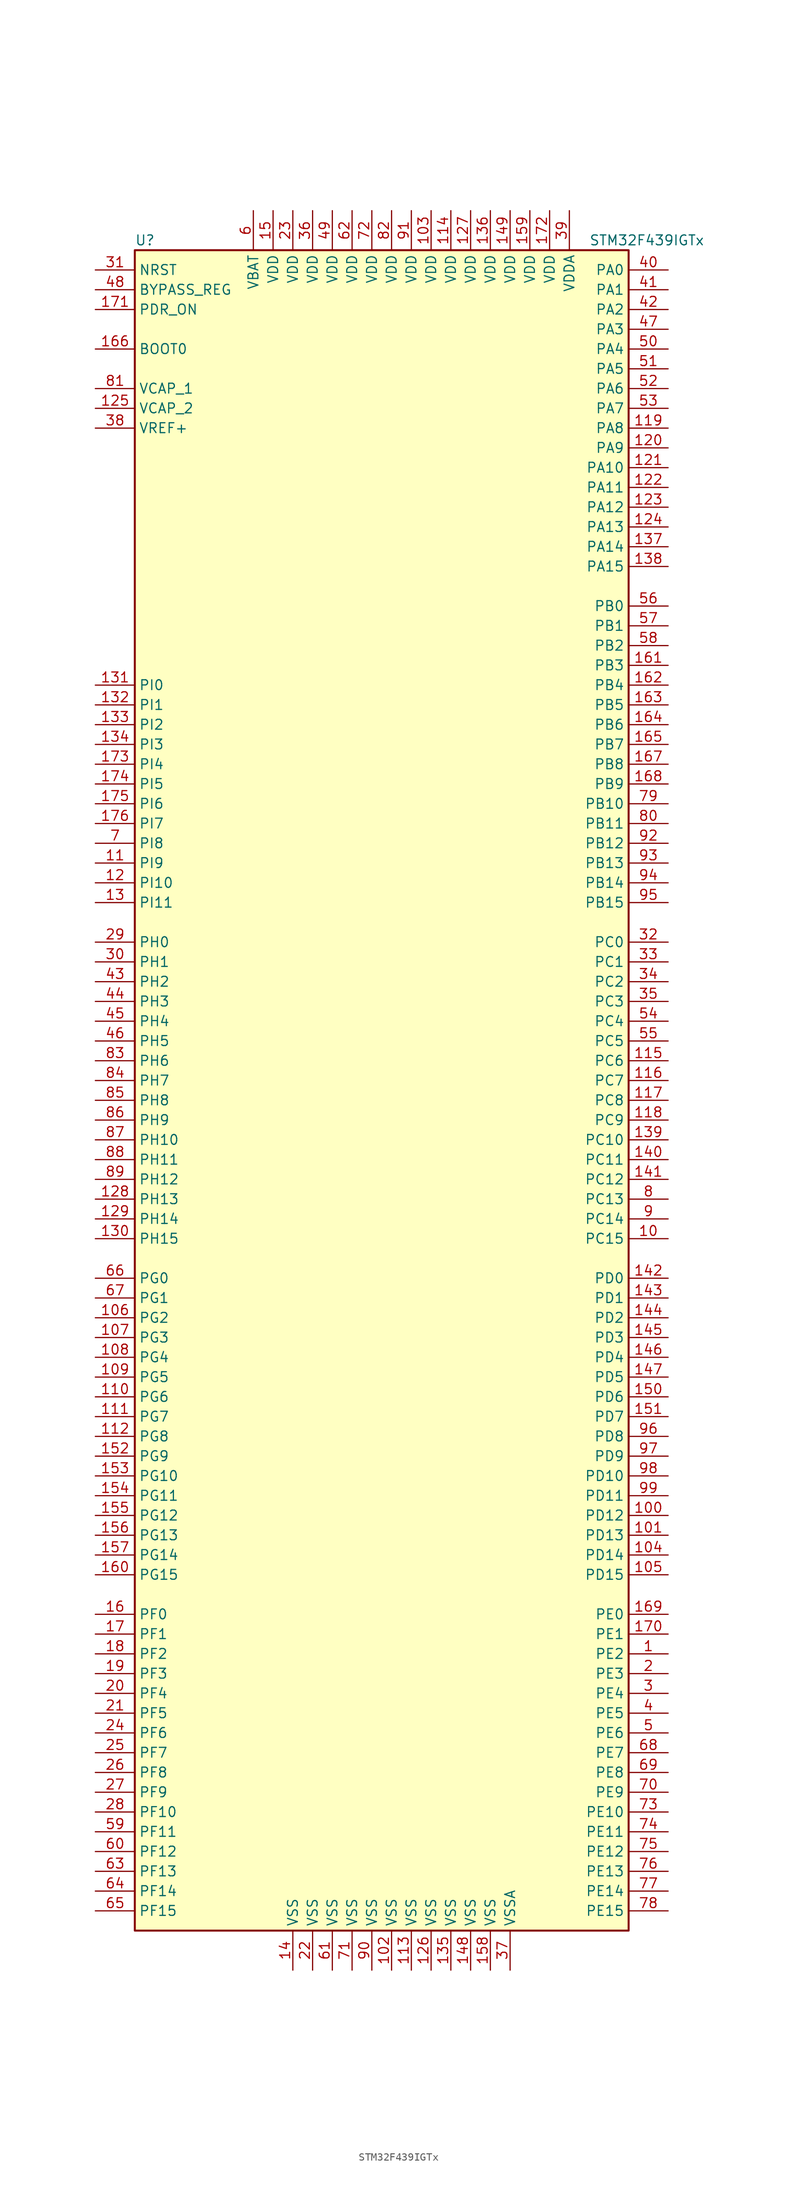
<source format=kicad_sym>
(kicad_symbol_lib
  (version 20220914)
  (generator kicad_symbol_editor)
  (symbol "STM32F439IGTx"
    (property "Reference" "U"
      (at -33.02 107.95 0)
      (effects (font (size 1.27 1.27)) (justify left)))
    (property "Value" "STM32F439IGTx"
      (at 25.4 107.95 0)
      (effects (font (size 1.27 1.27)) (justify left)))
    (symbol "STM32F439IGTx_0_1"
      (rectangle (start -33.02 -109.22) (end 30.48 106.68) (stroke (width 0.254) (type default)) (fill (type background))))
    (symbol "STM32F439IGTx_1_1"
      (pin bidirectional line (at 35.56 -73.66 180) (length 5.08) (name "PE2" (effects (font (size 1.27 1.27)))) (number "1" (effects (font (size 1.27 1.27)))))
      (pin bidirectional line (at 35.56 -20.32 180) (length 5.08) (name "PC15" (effects (font (size 1.27 1.27)))) (number "10" (effects (font (size 1.27 1.27)))))
      (pin bidirectional line (at 35.56 -55.88 180) (length 5.08) (name "PD12" (effects (font (size 1.27 1.27)))) (number "100" (effects (font (size 1.27 1.27)))))
      (pin bidirectional line (at 35.56 -58.42 180) (length 5.08) (name "PD13" (effects (font (size 1.27 1.27)))) (number "101" (effects (font (size 1.27 1.27)))))
      (pin power_in line (at 0 -114.3 90) (length 5.08) (name "VSS" (effects (font (size 1.27 1.27)))) (number "102" (effects (font (size 1.27 1.27)))))
      (pin power_in line (at 5.08 111.76 270) (length 5.08) (name "VDD" (effects (font (size 1.27 1.27)))) (number "103" (effects (font (size 1.27 1.27)))))
      (pin bidirectional line (at 35.56 -60.96 180) (length 5.08) (name "PD14" (effects (font (size 1.27 1.27)))) (number "104" (effects (font (size 1.27 1.27)))))
      (pin bidirectional line (at 35.56 -63.5 180) (length 5.08) (name "PD15" (effects (font (size 1.27 1.27)))) (number "105" (effects (font (size 1.27 1.27)))))
      (pin bidirectional line (at -38.1 -30.48 0) (length 5.08) (name "PG2" (effects (font (size 1.27 1.27)))) (number "106" (effects (font (size 1.27 1.27)))))
      (pin bidirectional line (at -38.1 -33.02 0) (length 5.08) (name "PG3" (effects (font (size 1.27 1.27)))) (number "107" (effects (font (size 1.27 1.27)))))
      (pin bidirectional line (at -38.1 -35.56 0) (length 5.08) (name "PG4" (effects (font (size 1.27 1.27)))) (number "108" (effects (font (size 1.27 1.27)))))
      (pin bidirectional line (at -38.1 -38.1 0) (length 5.08) (name "PG5" (effects (font (size 1.27 1.27)))) (number "109" (effects (font (size 1.27 1.27)))))
      (pin bidirectional line (at -38.1 27.94 0) (length 5.08) (name "PI9" (effects (font (size 1.27 1.27)))) (number "11" (effects (font (size 1.27 1.27)))))
      (pin bidirectional line (at -38.1 -40.64 0) (length 5.08) (name "PG6" (effects (font (size 1.27 1.27)))) (number "110" (effects (font (size 1.27 1.27)))))
      (pin bidirectional line (at -38.1 -43.18 0) (length 5.08) (name "PG7" (effects (font (size 1.27 1.27)))) (number "111" (effects (font (size 1.27 1.27)))))
      (pin bidirectional line (at -38.1 -45.72 0) (length 5.08) (name "PG8" (effects (font (size 1.27 1.27)))) (number "112" (effects (font (size 1.27 1.27)))))
      (pin power_in line (at 2.54 -114.3 90) (length 5.08) (name "VSS" (effects (font (size 1.27 1.27)))) (number "113" (effects (font (size 1.27 1.27)))))
      (pin power_in line (at 7.62 111.76 270) (length 5.08) (name "VDD" (effects (font (size 1.27 1.27)))) (number "114" (effects (font (size 1.27 1.27)))))
      (pin bidirectional line (at 35.56 2.54 180) (length 5.08) (name "PC6" (effects (font (size 1.27 1.27)))) (number "115" (effects (font (size 1.27 1.27)))))
      (pin bidirectional line (at 35.56 0 180) (length 5.08) (name "PC7" (effects (font (size 1.27 1.27)))) (number "116" (effects (font (size 1.27 1.27)))))
      (pin bidirectional line (at 35.56 -2.54 180) (length 5.08) (name "PC8" (effects (font (size 1.27 1.27)))) (number "117" (effects (font (size 1.27 1.27)))))
      (pin bidirectional line (at 35.56 -5.08 180) (length 5.08) (name "PC9" (effects (font (size 1.27 1.27)))) (number "118" (effects (font (size 1.27 1.27)))))
      (pin bidirectional line (at 35.56 83.82 180) (length 5.08) (name "PA8" (effects (font (size 1.27 1.27)))) (number "119" (effects (font (size 1.27 1.27)))))
      (pin bidirectional line (at -38.1 25.4 0) (length 5.08) (name "PI10" (effects (font (size 1.27 1.27)))) (number "12" (effects (font (size 1.27 1.27)))))
      (pin bidirectional line (at 35.56 81.28 180) (length 5.08) (name "PA9" (effects (font (size 1.27 1.27)))) (number "120" (effects (font (size 1.27 1.27)))))
      (pin bidirectional line (at 35.56 78.74 180) (length 5.08) (name "PA10" (effects (font (size 1.27 1.27)))) (number "121" (effects (font (size 1.27 1.27)))))
      (pin bidirectional line (at 35.56 76.2 180) (length 5.08) (name "PA11" (effects (font (size 1.27 1.27)))) (number "122" (effects (font (size 1.27 1.27)))))
      (pin bidirectional line (at 35.56 73.66 180) (length 5.08) (name "PA12" (effects (font (size 1.27 1.27)))) (number "123" (effects (font (size 1.27 1.27)))))
      (pin bidirectional line (at 35.56 71.12 180) (length 5.08) (name "PA13" (effects (font (size 1.27 1.27)))) (number "124" (effects (font (size 1.27 1.27)))))
      (pin power_in line (at -38.1 86.36 0) (length 5.08) (name "VCAP_2" (effects (font (size 1.27 1.27)))) (number "125" (effects (font (size 1.27 1.27)))))
      (pin power_in line (at 5.08 -114.3 90) (length 5.08) (name "VSS" (effects (font (size 1.27 1.27)))) (number "126" (effects (font (size 1.27 1.27)))))
      (pin power_in line (at 10.16 111.76 270) (length 5.08) (name "VDD" (effects (font (size 1.27 1.27)))) (number "127" (effects (font (size 1.27 1.27)))))
      (pin bidirectional line (at -38.1 -15.24 0) (length 5.08) (name "PH13" (effects (font (size 1.27 1.27)))) (number "128" (effects (font (size 1.27 1.27)))))
      (pin bidirectional line (at -38.1 -17.78 0) (length 5.08) (name "PH14" (effects (font (size 1.27 1.27)))) (number "129" (effects (font (size 1.27 1.27)))))
      (pin bidirectional line (at -38.1 22.86 0) (length 5.08) (name "PI11" (effects (font (size 1.27 1.27)))) (number "13" (effects (font (size 1.27 1.27)))))
      (pin bidirectional line (at -38.1 -20.32 0) (length 5.08) (name "PH15" (effects (font (size 1.27 1.27)))) (number "130" (effects (font (size 1.27 1.27)))))
      (pin bidirectional line (at -38.1 50.8 0) (length 5.08) (name "PI0" (effects (font (size 1.27 1.27)))) (number "131" (effects (font (size 1.27 1.27)))))
      (pin bidirectional line (at -38.1 48.26 0) (length 5.08) (name "PI1" (effects (font (size 1.27 1.27)))) (number "132" (effects (font (size 1.27 1.27)))))
      (pin bidirectional line (at -38.1 45.72 0) (length 5.08) (name "PI2" (effects (font (size 1.27 1.27)))) (number "133" (effects (font (size 1.27 1.27)))))
      (pin bidirectional line (at -38.1 43.18 0) (length 5.08) (name "PI3" (effects (font (size 1.27 1.27)))) (number "134" (effects (font (size 1.27 1.27)))))
      (pin power_in line (at 7.62 -114.3 90) (length 5.08) (name "VSS" (effects (font (size 1.27 1.27)))) (number "135" (effects (font (size 1.27 1.27)))))
      (pin power_in line (at 12.7 111.76 270) (length 5.08) (name "VDD" (effects (font (size 1.27 1.27)))) (number "136" (effects (font (size 1.27 1.27)))))
      (pin bidirectional line (at 35.56 68.58 180) (length 5.08) (name "PA14" (effects (font (size 1.27 1.27)))) (number "137" (effects (font (size 1.27 1.27)))))
      (pin bidirectional line (at 35.56 66.04 180) (length 5.08) (name "PA15" (effects (font (size 1.27 1.27)))) (number "138" (effects (font (size 1.27 1.27)))))
      (pin bidirectional line (at 35.56 -7.62 180) (length 5.08) (name "PC10" (effects (font (size 1.27 1.27)))) (number "139" (effects (font (size 1.27 1.27)))))
      (pin power_in line (at -12.7 -114.3 90) (length 5.08) (name "VSS" (effects (font (size 1.27 1.27)))) (number "14" (effects (font (size 1.27 1.27)))))
      (pin bidirectional line (at 35.56 -10.16 180) (length 5.08) (name "PC11" (effects (font (size 1.27 1.27)))) (number "140" (effects (font (size 1.27 1.27)))))
      (pin bidirectional line (at 35.56 -12.7 180) (length 5.08) (name "PC12" (effects (font (size 1.27 1.27)))) (number "141" (effects (font (size 1.27 1.27)))))
      (pin bidirectional line (at 35.56 -25.4 180) (length 5.08) (name "PD0" (effects (font (size 1.27 1.27)))) (number "142" (effects (font (size 1.27 1.27)))))
      (pin bidirectional line (at 35.56 -27.94 180) (length 5.08) (name "PD1" (effects (font (size 1.27 1.27)))) (number "143" (effects (font (size 1.27 1.27)))))
      (pin bidirectional line (at 35.56 -30.48 180) (length 5.08) (name "PD2" (effects (font (size 1.27 1.27)))) (number "144" (effects (font (size 1.27 1.27)))))
      (pin bidirectional line (at 35.56 -33.02 180) (length 5.08) (name "PD3" (effects (font (size 1.27 1.27)))) (number "145" (effects (font (size 1.27 1.27)))))
      (pin bidirectional line (at 35.56 -35.56 180) (length 5.08) (name "PD4" (effects (font (size 1.27 1.27)))) (number "146" (effects (font (size 1.27 1.27)))))
      (pin bidirectional line (at 35.56 -38.1 180) (length 5.08) (name "PD5" (effects (font (size 1.27 1.27)))) (number "147" (effects (font (size 1.27 1.27)))))
      (pin power_in line (at 10.16 -114.3 90) (length 5.08) (name "VSS" (effects (font (size 1.27 1.27)))) (number "148" (effects (font (size 1.27 1.27)))))
      (pin power_in line (at 15.24 111.76 270) (length 5.08) (name "VDD" (effects (font (size 1.27 1.27)))) (number "149" (effects (font (size 1.27 1.27)))))
      (pin power_in line (at -15.24 111.76 270) (length 5.08) (name "VDD" (effects (font (size 1.27 1.27)))) (number "15" (effects (font (size 1.27 1.27)))))
      (pin bidirectional line (at 35.56 -40.64 180) (length 5.08) (name "PD6" (effects (font (size 1.27 1.27)))) (number "150" (effects (font (size 1.27 1.27)))))
      (pin bidirectional line (at 35.56 -43.18 180) (length 5.08) (name "PD7" (effects (font (size 1.27 1.27)))) (number "151" (effects (font (size 1.27 1.27)))))
      (pin bidirectional line (at -38.1 -48.26 0) (length 5.08) (name "PG9" (effects (font (size 1.27 1.27)))) (number "152" (effects (font (size 1.27 1.27)))))
      (pin bidirectional line (at -38.1 -50.8 0) (length 5.08) (name "PG10" (effects (font (size 1.27 1.27)))) (number "153" (effects (font (size 1.27 1.27)))))
      (pin bidirectional line (at -38.1 -53.34 0) (length 5.08) (name "PG11" (effects (font (size 1.27 1.27)))) (number "154" (effects (font (size 1.27 1.27)))))
      (pin bidirectional line (at -38.1 -55.88 0) (length 5.08) (name "PG12" (effects (font (size 1.27 1.27)))) (number "155" (effects (font (size 1.27 1.27)))))
      (pin bidirectional line (at -38.1 -58.42 0) (length 5.08) (name "PG13" (effects (font (size 1.27 1.27)))) (number "156" (effects (font (size 1.27 1.27)))))
      (pin bidirectional line (at -38.1 -60.96 0) (length 5.08) (name "PG14" (effects (font (size 1.27 1.27)))) (number "157" (effects (font (size 1.27 1.27)))))
      (pin power_in line (at 12.7 -114.3 90) (length 5.08) (name "VSS" (effects (font (size 1.27 1.27)))) (number "158" (effects (font (size 1.27 1.27)))))
      (pin power_in line (at 17.78 111.76 270) (length 5.08) (name "VDD" (effects (font (size 1.27 1.27)))) (number "159" (effects (font (size 1.27 1.27)))))
      (pin bidirectional line (at -38.1 -68.58 0) (length 5.08) (name "PF0" (effects (font (size 1.27 1.27)))) (number "16" (effects (font (size 1.27 1.27)))))
      (pin bidirectional line (at -38.1 -63.5 0) (length 5.08) (name "PG15" (effects (font (size 1.27 1.27)))) (number "160" (effects (font (size 1.27 1.27)))))
      (pin bidirectional line (at 35.56 53.34 180) (length 5.08) (name "PB3" (effects (font (size 1.27 1.27)))) (number "161" (effects (font (size 1.27 1.27)))))
      (pin bidirectional line (at 35.56 50.8 180) (length 5.08) (name "PB4" (effects (font (size 1.27 1.27)))) (number "162" (effects (font (size 1.27 1.27)))))
      (pin bidirectional line (at 35.56 48.26 180) (length 5.08) (name "PB5" (effects (font (size 1.27 1.27)))) (number "163" (effects (font (size 1.27 1.27)))))
      (pin bidirectional line (at 35.56 45.72 180) (length 5.08) (name "PB6" (effects (font (size 1.27 1.27)))) (number "164" (effects (font (size 1.27 1.27)))))
      (pin bidirectional line (at 35.56 43.18 180) (length 5.08) (name "PB7" (effects (font (size 1.27 1.27)))) (number "165" (effects (font (size 1.27 1.27)))))
      (pin input line (at -38.1 93.98 0) (length 5.08) (name "BOOT0" (effects (font (size 1.27 1.27)))) (number "166" (effects (font (size 1.27 1.27)))))
      (pin bidirectional line (at 35.56 40.64 180) (length 5.08) (name "PB8" (effects (font (size 1.27 1.27)))) (number "167" (effects (font (size 1.27 1.27)))))
      (pin bidirectional line (at 35.56 38.1 180) (length 5.08) (name "PB9" (effects (font (size 1.27 1.27)))) (number "168" (effects (font (size 1.27 1.27)))))
      (pin bidirectional line (at 35.56 -68.58 180) (length 5.08) (name "PE0" (effects (font (size 1.27 1.27)))) (number "169" (effects (font (size 1.27 1.27)))))
      (pin bidirectional line (at -38.1 -71.12 0) (length 5.08) (name "PF1" (effects (font (size 1.27 1.27)))) (number "17" (effects (font (size 1.27 1.27)))))
      (pin bidirectional line (at 35.56 -71.12 180) (length 5.08) (name "PE1" (effects (font (size 1.27 1.27)))) (number "170" (effects (font (size 1.27 1.27)))))
      (pin input line (at -38.1 99.06 0) (length 5.08) (name "PDR_ON" (effects (font (size 1.27 1.27)))) (number "171" (effects (font (size 1.27 1.27)))))
      (pin power_in line (at 20.32 111.76 270) (length 5.08) (name "VDD" (effects (font (size 1.27 1.27)))) (number "172" (effects (font (size 1.27 1.27)))))
      (pin bidirectional line (at -38.1 40.64 0) (length 5.08) (name "PI4" (effects (font (size 1.27 1.27)))) (number "173" (effects (font (size 1.27 1.27)))))
      (pin bidirectional line (at -38.1 38.1 0) (length 5.08) (name "PI5" (effects (font (size 1.27 1.27)))) (number "174" (effects (font (size 1.27 1.27)))))
      (pin bidirectional line (at -38.1 35.56 0) (length 5.08) (name "PI6" (effects (font (size 1.27 1.27)))) (number "175" (effects (font (size 1.27 1.27)))))
      (pin bidirectional line (at -38.1 33.02 0) (length 5.08) (name "PI7" (effects (font (size 1.27 1.27)))) (number "176" (effects (font (size 1.27 1.27)))))
      (pin bidirectional line (at -38.1 -73.66 0) (length 5.08) (name "PF2" (effects (font (size 1.27 1.27)))) (number "18" (effects (font (size 1.27 1.27)))))
      (pin bidirectional line (at -38.1 -76.2 0) (length 5.08) (name "PF3" (effects (font (size 1.27 1.27)))) (number "19" (effects (font (size 1.27 1.27)))))
      (pin bidirectional line (at 35.56 -76.2 180) (length 5.08) (name "PE3" (effects (font (size 1.27 1.27)))) (number "2" (effects (font (size 1.27 1.27)))))
      (pin bidirectional line (at -38.1 -78.74 0) (length 5.08) (name "PF4" (effects (font (size 1.27 1.27)))) (number "20" (effects (font (size 1.27 1.27)))))
      (pin bidirectional line (at -38.1 -81.28 0) (length 5.08) (name "PF5" (effects (font (size 1.27 1.27)))) (number "21" (effects (font (size 1.27 1.27)))))
      (pin power_in line (at -10.16 -114.3 90) (length 5.08) (name "VSS" (effects (font (size 1.27 1.27)))) (number "22" (effects (font (size 1.27 1.27)))))
      (pin power_in line (at -12.7 111.76 270) (length 5.08) (name "VDD" (effects (font (size 1.27 1.27)))) (number "23" (effects (font (size 1.27 1.27)))))
      (pin bidirectional line (at -38.1 -83.82 0) (length 5.08) (name "PF6" (effects (font (size 1.27 1.27)))) (number "24" (effects (font (size 1.27 1.27)))))
      (pin bidirectional line (at -38.1 -86.36 0) (length 5.08) (name "PF7" (effects (font (size 1.27 1.27)))) (number "25" (effects (font (size 1.27 1.27)))))
      (pin bidirectional line (at -38.1 -88.9 0) (length 5.08) (name "PF8" (effects (font (size 1.27 1.27)))) (number "26" (effects (font (size 1.27 1.27)))))
      (pin bidirectional line (at -38.1 -91.44 0) (length 5.08) (name "PF9" (effects (font (size 1.27 1.27)))) (number "27" (effects (font (size 1.27 1.27)))))
      (pin bidirectional line (at -38.1 -93.98 0) (length 5.08) (name "PF10" (effects (font (size 1.27 1.27)))) (number "28" (effects (font (size 1.27 1.27)))))
      (pin input line (at -38.1 17.78 0) (length 5.08) (name "PH0" (effects (font (size 1.27 1.27)))) (number "29" (effects (font (size 1.27 1.27)))))
      (pin bidirectional line (at 35.56 -78.74 180) (length 5.08) (name "PE4" (effects (font (size 1.27 1.27)))) (number "3" (effects (font (size 1.27 1.27)))))
      (pin input line (at -38.1 15.24 0) (length 5.08) (name "PH1" (effects (font (size 1.27 1.27)))) (number "30" (effects (font (size 1.27 1.27)))))
      (pin input line (at -38.1 104.14 0) (length 5.08) (name "NRST" (effects (font (size 1.27 1.27)))) (number "31" (effects (font (size 1.27 1.27)))))
      (pin bidirectional line (at 35.56 17.78 180) (length 5.08) (name "PC0" (effects (font (size 1.27 1.27)))) (number "32" (effects (font (size 1.27 1.27)))))
      (pin bidirectional line (at 35.56 15.24 180) (length 5.08) (name "PC1" (effects (font (size 1.27 1.27)))) (number "33" (effects (font (size 1.27 1.27)))))
      (pin bidirectional line (at 35.56 12.7 180) (length 5.08) (name "PC2" (effects (font (size 1.27 1.27)))) (number "34" (effects (font (size 1.27 1.27)))))
      (pin bidirectional line (at 35.56 10.16 180) (length 5.08) (name "PC3" (effects (font (size 1.27 1.27)))) (number "35" (effects (font (size 1.27 1.27)))))
      (pin power_in line (at -10.16 111.76 270) (length 5.08) (name "VDD" (effects (font (size 1.27 1.27)))) (number "36" (effects (font (size 1.27 1.27)))))
      (pin power_in line (at 15.24 -114.3 90) (length 5.08) (name "VSSA" (effects (font (size 1.27 1.27)))) (number "37" (effects (font (size 1.27 1.27)))))
      (pin power_in line (at -38.1 83.82 0) (length 5.08) (name "VREF+" (effects (font (size 1.27 1.27)))) (number "38" (effects (font (size 1.27 1.27)))))
      (pin power_in line (at 22.86 111.76 270) (length 5.08) (name "VDDA" (effects (font (size 1.27 1.27)))) (number "39" (effects (font (size 1.27 1.27)))))
      (pin bidirectional line (at 35.56 -81.28 180) (length 5.08) (name "PE5" (effects (font (size 1.27 1.27)))) (number "4" (effects (font (size 1.27 1.27)))))
      (pin bidirectional line (at 35.56 104.14 180) (length 5.08) (name "PA0" (effects (font (size 1.27 1.27)))) (number "40" (effects (font (size 1.27 1.27)))))
      (pin bidirectional line (at 35.56 101.6 180) (length 5.08) (name "PA1" (effects (font (size 1.27 1.27)))) (number "41" (effects (font (size 1.27 1.27)))))
      (pin bidirectional line (at 35.56 99.06 180) (length 5.08) (name "PA2" (effects (font (size 1.27 1.27)))) (number "42" (effects (font (size 1.27 1.27)))))
      (pin bidirectional line (at -38.1 12.7 0) (length 5.08) (name "PH2" (effects (font (size 1.27 1.27)))) (number "43" (effects (font (size 1.27 1.27)))))
      (pin bidirectional line (at -38.1 10.16 0) (length 5.08) (name "PH3" (effects (font (size 1.27 1.27)))) (number "44" (effects (font (size 1.27 1.27)))))
      (pin bidirectional line (at -38.1 7.62 0) (length 5.08) (name "PH4" (effects (font (size 1.27 1.27)))) (number "45" (effects (font (size 1.27 1.27)))))
      (pin bidirectional line (at -38.1 5.08 0) (length 5.08) (name "PH5" (effects (font (size 1.27 1.27)))) (number "46" (effects (font (size 1.27 1.27)))))
      (pin bidirectional line (at 35.56 96.52 180) (length 5.08) (name "PA3" (effects (font (size 1.27 1.27)))) (number "47" (effects (font (size 1.27 1.27)))))
      (pin input line (at -38.1 101.6 0) (length 5.08) (name "BYPASS_REG" (effects (font (size 1.27 1.27)))) (number "48" (effects (font (size 1.27 1.27)))))
      (pin power_in line (at -7.62 111.76 270) (length 5.08) (name "VDD" (effects (font (size 1.27 1.27)))) (number "49" (effects (font (size 1.27 1.27)))))
      (pin bidirectional line (at 35.56 -83.82 180) (length 5.08) (name "PE6" (effects (font (size 1.27 1.27)))) (number "5" (effects (font (size 1.27 1.27)))))
      (pin bidirectional line (at 35.56 93.98 180) (length 5.08) (name "PA4" (effects (font (size 1.27 1.27)))) (number "50" (effects (font (size 1.27 1.27)))))
      (pin bidirectional line (at 35.56 91.44 180) (length 5.08) (name "PA5" (effects (font (size 1.27 1.27)))) (number "51" (effects (font (size 1.27 1.27)))))
      (pin bidirectional line (at 35.56 88.9 180) (length 5.08) (name "PA6" (effects (font (size 1.27 1.27)))) (number "52" (effects (font (size 1.27 1.27)))))
      (pin bidirectional line (at 35.56 86.36 180) (length 5.08) (name "PA7" (effects (font (size 1.27 1.27)))) (number "53" (effects (font (size 1.27 1.27)))))
      (pin bidirectional line (at 35.56 7.62 180) (length 5.08) (name "PC4" (effects (font (size 1.27 1.27)))) (number "54" (effects (font (size 1.27 1.27)))))
      (pin bidirectional line (at 35.56 5.08 180) (length 5.08) (name "PC5" (effects (font (size 1.27 1.27)))) (number "55" (effects (font (size 1.27 1.27)))))
      (pin bidirectional line (at 35.56 60.96 180) (length 5.08) (name "PB0" (effects (font (size 1.27 1.27)))) (number "56" (effects (font (size 1.27 1.27)))))
      (pin bidirectional line (at 35.56 58.42 180) (length 5.08) (name "PB1" (effects (font (size 1.27 1.27)))) (number "57" (effects (font (size 1.27 1.27)))))
      (pin bidirectional line (at 35.56 55.88 180) (length 5.08) (name "PB2" (effects (font (size 1.27 1.27)))) (number "58" (effects (font (size 1.27 1.27)))))
      (pin bidirectional line (at -38.1 -96.52 0) (length 5.08) (name "PF11" (effects (font (size 1.27 1.27)))) (number "59" (effects (font (size 1.27 1.27)))))
      (pin power_in line (at -17.78 111.76 270) (length 5.08) (name "VBAT" (effects (font (size 1.27 1.27)))) (number "6" (effects (font (size 1.27 1.27)))))
      (pin bidirectional line (at -38.1 -99.06 0) (length 5.08) (name "PF12" (effects (font (size 1.27 1.27)))) (number "60" (effects (font (size 1.27 1.27)))))
      (pin power_in line (at -7.62 -114.3 90) (length 5.08) (name "VSS" (effects (font (size 1.27 1.27)))) (number "61" (effects (font (size 1.27 1.27)))))
      (pin power_in line (at -5.08 111.76 270) (length 5.08) (name "VDD" (effects (font (size 1.27 1.27)))) (number "62" (effects (font (size 1.27 1.27)))))
      (pin bidirectional line (at -38.1 -101.6 0) (length 5.08) (name "PF13" (effects (font (size 1.27 1.27)))) (number "63" (effects (font (size 1.27 1.27)))))
      (pin bidirectional line (at -38.1 -104.14 0) (length 5.08) (name "PF14" (effects (font (size 1.27 1.27)))) (number "64" (effects (font (size 1.27 1.27)))))
      (pin bidirectional line (at -38.1 -106.68 0) (length 5.08) (name "PF15" (effects (font (size 1.27 1.27)))) (number "65" (effects (font (size 1.27 1.27)))))
      (pin bidirectional line (at -38.1 -25.4 0) (length 5.08) (name "PG0" (effects (font (size 1.27 1.27)))) (number "66" (effects (font (size 1.27 1.27)))))
      (pin bidirectional line (at -38.1 -27.94 0) (length 5.08) (name "PG1" (effects (font (size 1.27 1.27)))) (number "67" (effects (font (size 1.27 1.27)))))
      (pin bidirectional line (at 35.56 -86.36 180) (length 5.08) (name "PE7" (effects (font (size 1.27 1.27)))) (number "68" (effects (font (size 1.27 1.27)))))
      (pin bidirectional line (at 35.56 -88.9 180) (length 5.08) (name "PE8" (effects (font (size 1.27 1.27)))) (number "69" (effects (font (size 1.27 1.27)))))
      (pin bidirectional line (at -38.1 30.48 0) (length 5.08) (name "PI8" (effects (font (size 1.27 1.27)))) (number "7" (effects (font (size 1.27 1.27)))))
      (pin bidirectional line (at 35.56 -91.44 180) (length 5.08) (name "PE9" (effects (font (size 1.27 1.27)))) (number "70" (effects (font (size 1.27 1.27)))))
      (pin power_in line (at -5.08 -114.3 90) (length 5.08) (name "VSS" (effects (font (size 1.27 1.27)))) (number "71" (effects (font (size 1.27 1.27)))))
      (pin power_in line (at -2.54 111.76 270) (length 5.08) (name "VDD" (effects (font (size 1.27 1.27)))) (number "72" (effects (font (size 1.27 1.27)))))
      (pin bidirectional line (at 35.56 -93.98 180) (length 5.08) (name "PE10" (effects (font (size 1.27 1.27)))) (number "73" (effects (font (size 1.27 1.27)))))
      (pin bidirectional line (at 35.56 -96.52 180) (length 5.08) (name "PE11" (effects (font (size 1.27 1.27)))) (number "74" (effects (font (size 1.27 1.27)))))
      (pin bidirectional line (at 35.56 -99.06 180) (length 5.08) (name "PE12" (effects (font (size 1.27 1.27)))) (number "75" (effects (font (size 1.27 1.27)))))
      (pin bidirectional line (at 35.56 -101.6 180) (length 5.08) (name "PE13" (effects (font (size 1.27 1.27)))) (number "76" (effects (font (size 1.27 1.27)))))
      (pin bidirectional line (at 35.56 -104.14 180) (length 5.08) (name "PE14" (effects (font (size 1.27 1.27)))) (number "77" (effects (font (size 1.27 1.27)))))
      (pin bidirectional line (at 35.56 -106.68 180) (length 5.08) (name "PE15" (effects (font (size 1.27 1.27)))) (number "78" (effects (font (size 1.27 1.27)))))
      (pin bidirectional line (at 35.56 35.56 180) (length 5.08) (name "PB10" (effects (font (size 1.27 1.27)))) (number "79" (effects (font (size 1.27 1.27)))))
      (pin bidirectional line (at 35.56 -15.24 180) (length 5.08) (name "PC13" (effects (font (size 1.27 1.27)))) (number "8" (effects (font (size 1.27 1.27)))))
      (pin bidirectional line (at 35.56 33.02 180) (length 5.08) (name "PB11" (effects (font (size 1.27 1.27)))) (number "80" (effects (font (size 1.27 1.27)))))
      (pin power_in line (at -38.1 88.9 0) (length 5.08) (name "VCAP_1" (effects (font (size 1.27 1.27)))) (number "81" (effects (font (size 1.27 1.27)))))
      (pin power_in line (at 0 111.76 270) (length 5.08) (name "VDD" (effects (font (size 1.27 1.27)))) (number "82" (effects (font (size 1.27 1.27)))))
      (pin bidirectional line (at -38.1 2.54 0) (length 5.08) (name "PH6" (effects (font (size 1.27 1.27)))) (number "83" (effects (font (size 1.27 1.27)))))
      (pin bidirectional line (at -38.1 0 0) (length 5.08) (name "PH7" (effects (font (size 1.27 1.27)))) (number "84" (effects (font (size 1.27 1.27)))))
      (pin bidirectional line (at -38.1 -2.54 0) (length 5.08) (name "PH8" (effects (font (size 1.27 1.27)))) (number "85" (effects (font (size 1.27 1.27)))))
      (pin bidirectional line (at -38.1 -5.08 0) (length 5.08) (name "PH9" (effects (font (size 1.27 1.27)))) (number "86" (effects (font (size 1.27 1.27)))))
      (pin bidirectional line (at -38.1 -7.62 0) (length 5.08) (name "PH10" (effects (font (size 1.27 1.27)))) (number "87" (effects (font (size 1.27 1.27)))))
      (pin bidirectional line (at -38.1 -10.16 0) (length 5.08) (name "PH11" (effects (font (size 1.27 1.27)))) (number "88" (effects (font (size 1.27 1.27)))))
      (pin bidirectional line (at -38.1 -12.7 0) (length 5.08) (name "PH12" (effects (font (size 1.27 1.27)))) (number "89" (effects (font (size 1.27 1.27)))))
      (pin bidirectional line (at 35.56 -17.78 180) (length 5.08) (name "PC14" (effects (font (size 1.27 1.27)))) (number "9" (effects (font (size 1.27 1.27)))))
      (pin power_in line (at -2.54 -114.3 90) (length 5.08) (name "VSS" (effects (font (size 1.27 1.27)))) (number "90" (effects (font (size 1.27 1.27)))))
      (pin power_in line (at 2.54 111.76 270) (length 5.08) (name "VDD" (effects (font (size 1.27 1.27)))) (number "91" (effects (font (size 1.27 1.27)))))
      (pin bidirectional line (at 35.56 30.48 180) (length 5.08) (name "PB12" (effects (font (size 1.27 1.27)))) (number "92" (effects (font (size 1.27 1.27)))))
      (pin bidirectional line (at 35.56 27.94 180) (length 5.08) (name "PB13" (effects (font (size 1.27 1.27)))) (number "93" (effects (font (size 1.27 1.27)))))
      (pin bidirectional line (at 35.56 25.4 180) (length 5.08) (name "PB14" (effects (font (size 1.27 1.27)))) (number "94" (effects (font (size 1.27 1.27)))))
      (pin bidirectional line (at 35.56 22.86 180) (length 5.08) (name "PB15" (effects (font (size 1.27 1.27)))) (number "95" (effects (font (size 1.27 1.27)))))
      (pin bidirectional line (at 35.56 -45.72 180) (length 5.08) (name "PD8" (effects (font (size 1.27 1.27)))) (number "96" (effects (font (size 1.27 1.27)))))
      (pin bidirectional line (at 35.56 -48.26 180) (length 5.08) (name "PD9" (effects (font (size 1.27 1.27)))) (number "97" (effects (font (size 1.27 1.27)))))
      (pin bidirectional line (at 35.56 -50.8 180) (length 5.08) (name "PD10" (effects (font (size 1.27 1.27)))) (number "98" (effects (font (size 1.27 1.27)))))
      (pin bidirectional line (at 35.56 -53.34 180) (length 5.08) (name "PD11" (effects (font (size 1.27 1.27)))) (number "99" (effects (font (size 1.27 1.27))))))))
</source>
